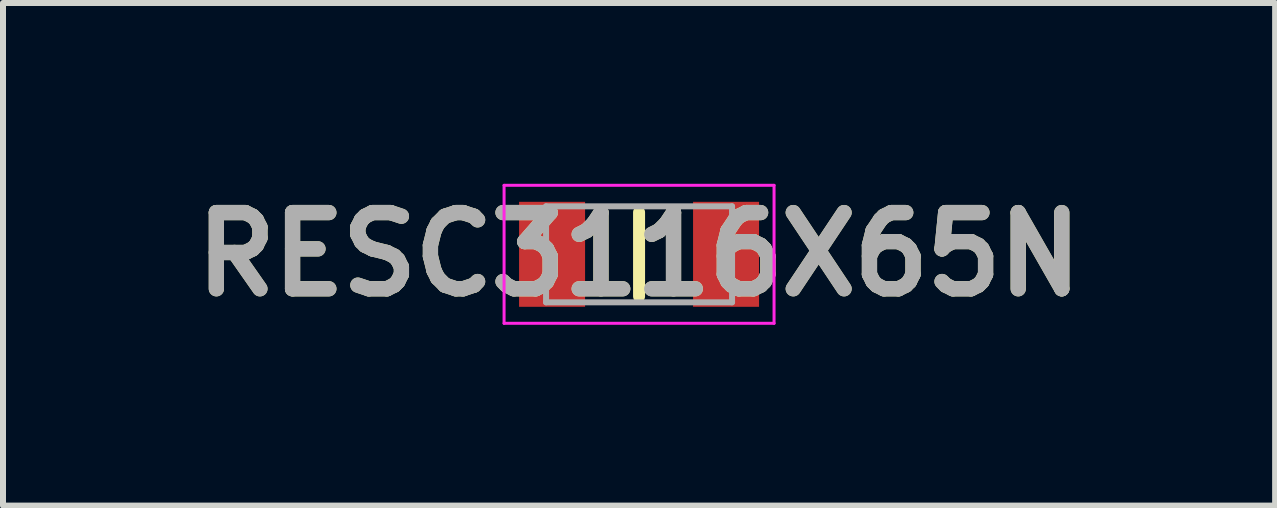
<source format=kicad_pcb>
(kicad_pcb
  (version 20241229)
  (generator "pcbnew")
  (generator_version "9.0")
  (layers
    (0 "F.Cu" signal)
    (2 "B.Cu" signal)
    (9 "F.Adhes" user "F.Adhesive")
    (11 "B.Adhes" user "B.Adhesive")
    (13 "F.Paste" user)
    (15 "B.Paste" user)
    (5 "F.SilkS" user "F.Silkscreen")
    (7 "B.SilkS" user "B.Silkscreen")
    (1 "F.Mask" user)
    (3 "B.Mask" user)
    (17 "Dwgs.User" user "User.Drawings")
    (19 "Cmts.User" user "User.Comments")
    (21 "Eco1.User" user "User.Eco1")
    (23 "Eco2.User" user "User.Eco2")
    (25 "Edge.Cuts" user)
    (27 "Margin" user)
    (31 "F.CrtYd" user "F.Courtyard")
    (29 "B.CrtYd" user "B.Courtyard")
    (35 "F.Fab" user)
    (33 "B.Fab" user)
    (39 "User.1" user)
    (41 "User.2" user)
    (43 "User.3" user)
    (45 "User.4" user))
  (footprint "RESC3116X65N"
    (layer "F.Cu")
    (at 7.602 1.189)
    (property "Reference" "RESC3116X65N" (at 0 0 0) (layer "F.SilkS") (effects (font (size 1.27 1.27) (thickness 0.254))))
    (attr smd)
    (fp_line (start 0 -0.7) (end 0 0.7) (stroke (width 0.2) (type solid)) (layer "F.SilkS"))
    (fp_line (start -2.25 -1.15) (end 2.25 -1.15) (stroke (width 0.05) (type solid)) (layer "F.CrtYd"))
    (fp_line (start -2.25 1.15) (end -2.25 -1.15) (stroke (width 0.05) (type solid)) (layer "F.CrtYd"))
    (fp_line (start 2.25 -1.15) (end 2.25 1.15) (stroke (width 0.05) (type solid)) (layer "F.CrtYd"))
    (fp_line (start 2.25 1.15) (end -2.25 1.15) (stroke (width 0.05) (type solid)) (layer "F.CrtYd"))
    (fp_line (start -1.55 -0.8) (end 1.55 -0.8) (stroke (width 0.1) (type solid)) (layer "F.Fab"))
    (fp_line (start -1.55 0.8) (end -1.55 -0.8) (stroke (width 0.1) (type solid)) (layer "F.Fab"))
    (fp_line (start 1.55 -0.8) (end 1.55 0.8) (stroke (width 0.1) (type solid)) (layer "F.Fab"))
    (fp_line (start 1.55 0.8) (end -1.55 0.8) (stroke (width 0.1) (type solid)) (layer "F.Fab"))
    (fp_text user "${REFERENCE}" (at 0 0 0) (layer "F.Fab") (effects (font (size 1.27 1.27) (thickness 0.254))))
    (pad "1" smd rect (at -1.45 0) (size 1.1 1.75) (layers "F.Cu" "F.Mask" "F.Paste"))
    (pad "2" smd rect (at 1.45 0) (size 1.1 1.75) (layers "F.Cu" "F.Mask" "F.Paste")))
  (gr_rect
    (start -3 -3)
    (end 18.204 5.377)
    (stroke (width 0.1) (type default))
    (fill no)
    (layer "Edge.Cuts")))
</source>
